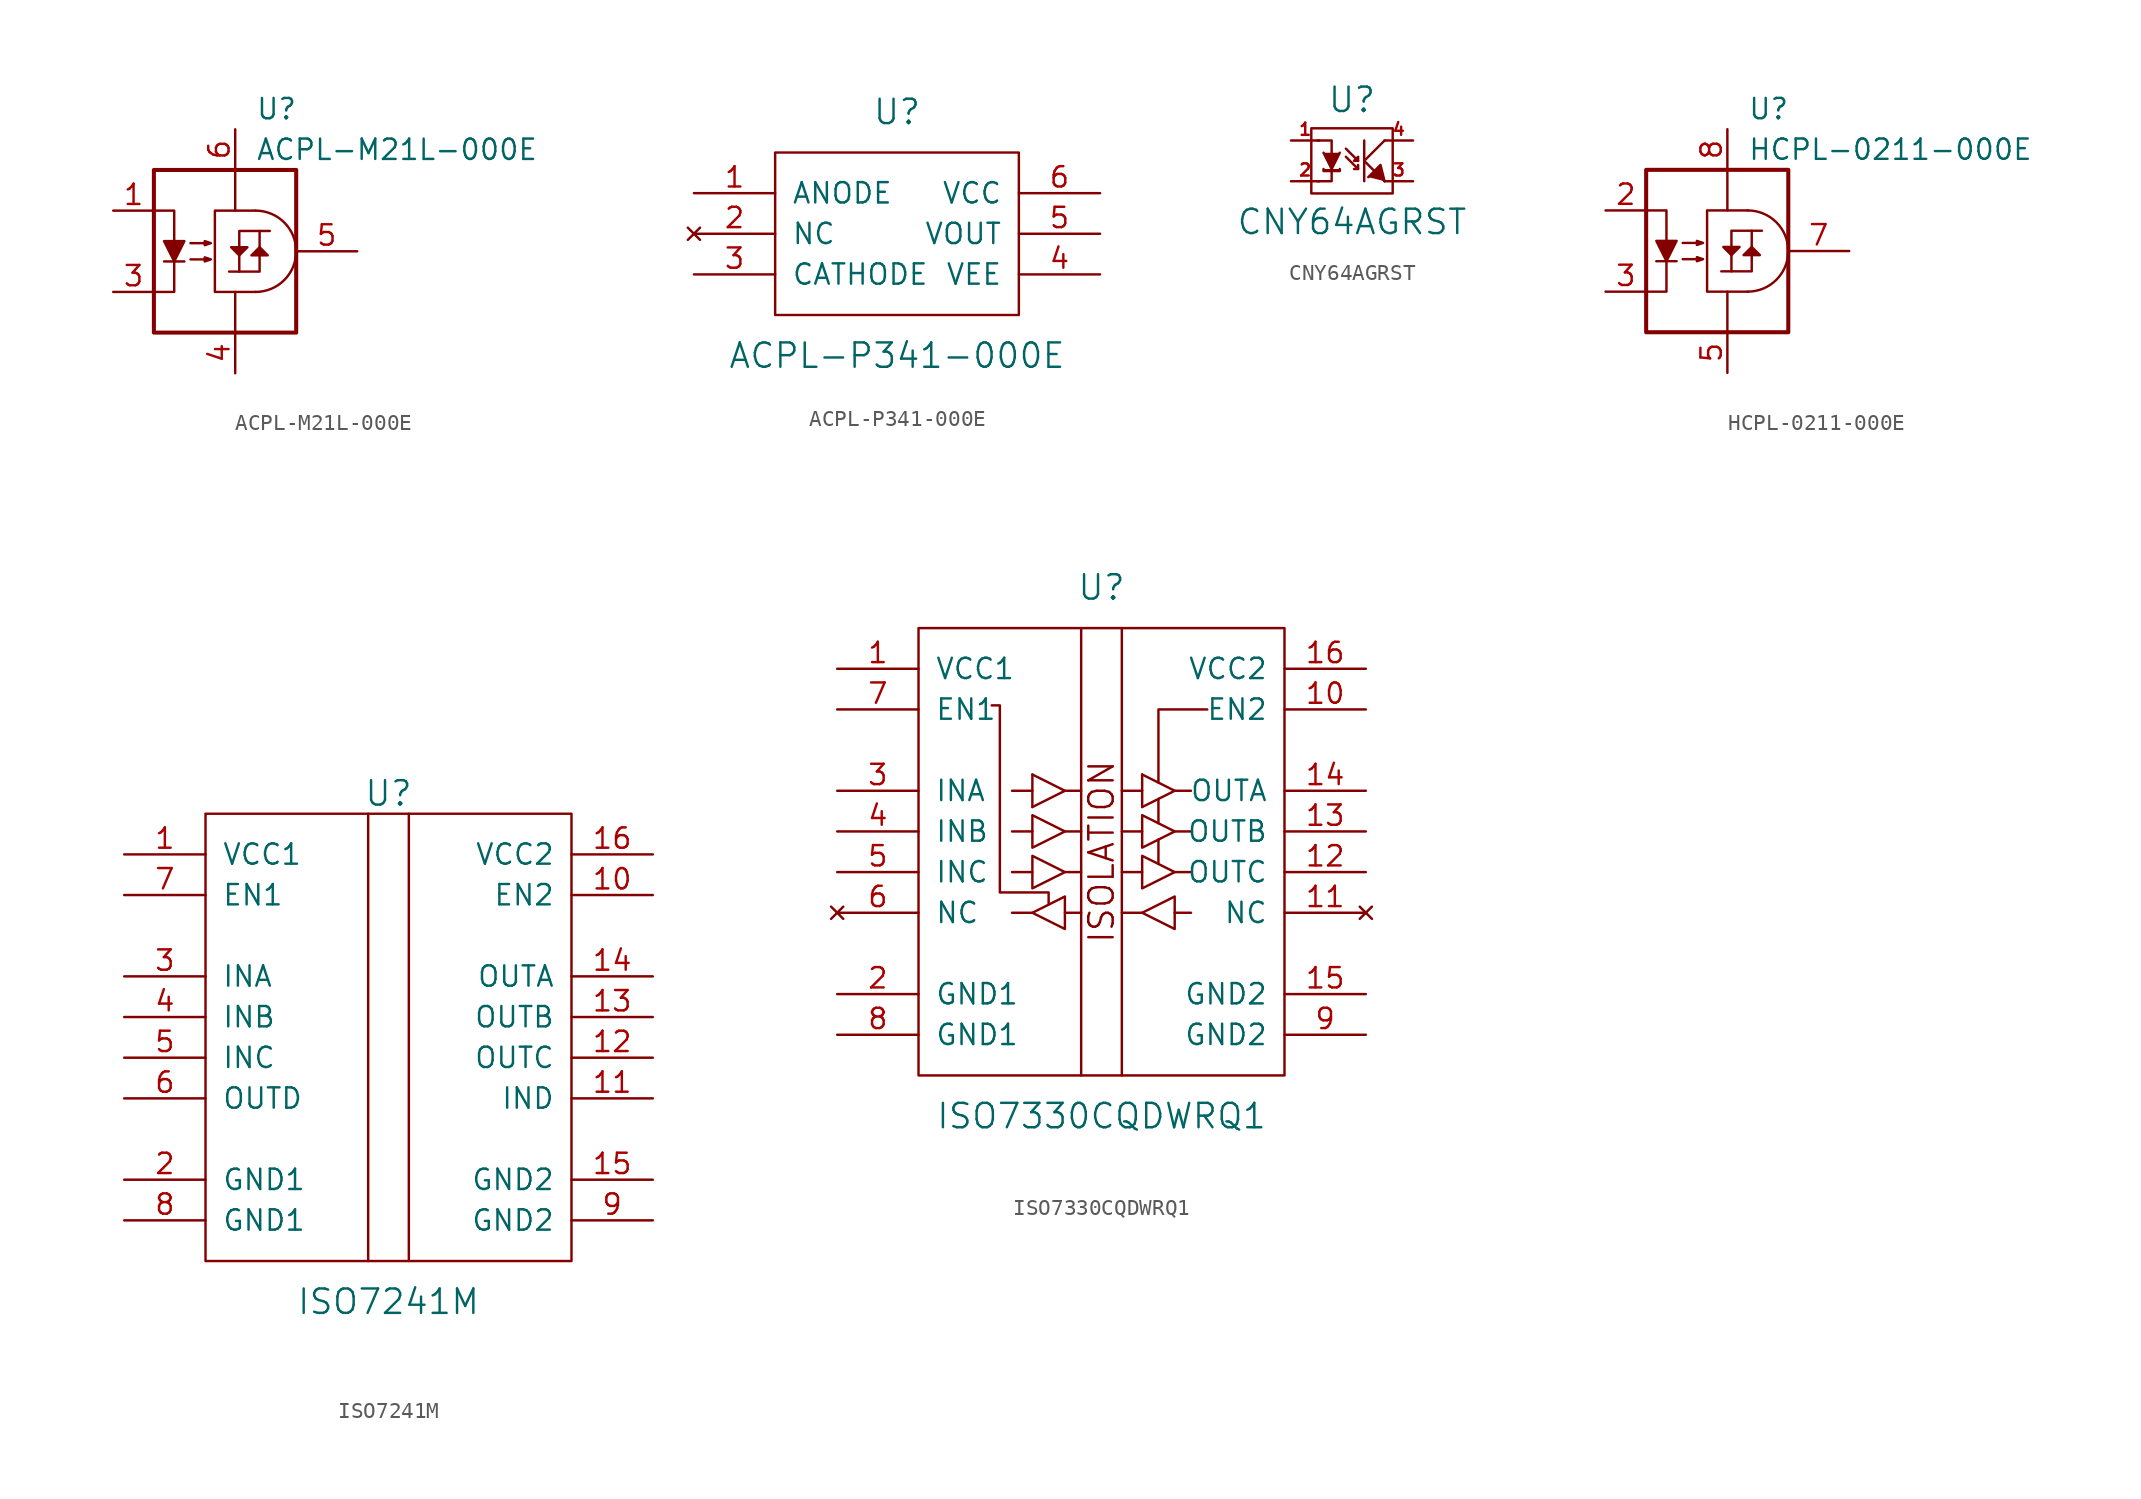
<source format=kicad_sym>
(kicad_symbol_lib
  (version 20201005)
  (generator kicad_symbol_editor)
  (symbol "ACPL-M21L-000E"
    (pin_names
      (offset 1.016))
    (property "Reference" "U"
      (at 1.27 8.89 0)
      (effects (font (size 1.27 1.27)) (justify left)))
    (property "Value" "ACPL-M21L-000E"
      (at 1.27 6.35 0)
      (effects (font (size 1.27 1.27)) (justify left)))
    (symbol "ACPL-M21L-000E_0_1"
      (arc (start 1.27 -2.54) (end 1.27 2.54) (radius (at 1.27 0) (length 2.54) (angles -89.9 89.9)) (stroke (width 0)) (fill (type none)))
      (rectangle (start -5.08 5.08) (end 3.81 -5.08) (stroke (width 0.254)) (fill (type none)))
      (polyline (pts (xy -4.445 -0.635) (xy -3.175 -0.635)) (stroke (width 0)) (fill (type none)))
      (polyline (pts (xy 0 2.54) (xy 0 5.08)) (stroke (width 0)) (fill (type none)))
      (polyline (pts (xy 0 -2.54) (xy 0 -5.08) (xy 0 -3.81)) (stroke (width 0)) (fill (type none)))
      (polyline (pts (xy 1.524 1.27) (xy 0.254 1.27) (xy 0.254 -1.27)) (stroke (width 0)) (fill (type none)))
      (polyline (pts (xy -5.08 -2.54) (xy -3.81 -2.54) (xy -3.81 2.54) (xy -5.08 2.54)) (stroke (width 0)) (fill (type none)))
      (polyline (pts (xy -3.81 -0.635) (xy -4.445 0.635) (xy -3.175 0.635) (xy -3.81 -0.635)) (stroke (width 0)) (fill (type outline)))
      (polyline (pts (xy -0.381 -1.27) (xy 1.524 -1.27) (xy 1.524 1.27) (xy 2.159 1.27)) (stroke (width 0)) (fill (type none)))
      (polyline (pts (xy 0.254 -0.254) (xy -0.254 0.254) (xy 0.762 0.254) (xy 0.254 -0.254)) (stroke (width 0)) (fill (type outline)))
      (polyline (pts (xy 1.016 -0.254) (xy 2.032 -0.254) (xy 1.524 0.254) (xy 1.016 -0.254)) (stroke (width 0)) (fill (type outline)))
      (polyline (pts (xy 1.27 -2.54) (xy -1.27 -2.54) (xy -1.27 2.54) (xy 1.27 2.54)) (stroke (width 0)) (fill (type none)))
      (polyline (pts (xy -2.794 -0.508) (xy -1.524 -0.508) (xy -1.905 -0.635) (xy -1.905 -0.381) (xy -1.524 -0.508)) (stroke (width 0)) (fill (type none)))
      (polyline (pts (xy -2.794 0.508) (xy -1.524 0.508) (xy -1.905 0.381) (xy -1.905 0.635) (xy -1.524 0.508)) (stroke (width 0)) (fill (type none))))
    (symbol "ACPL-M21L-000E_1_1"
      (pin passive line (at -7.62 2.54 0) (length 2.54) (name "~" (effects (font (size 1.27 1.27)))) (number "1" (effects (font (size 1.27 1.27)))))
      (pin unconnected line (at -7.62 0 0) (length 2.54) hide (name "~" (effects (font (size 1.27 1.27)))) (number "2" (effects (font (size 1.27 1.27)))))
      (pin passive line (at -7.62 -2.54 0) (length 2.54) (name "~" (effects (font (size 1.27 1.27)))) (number "3" (effects (font (size 1.27 1.27)))))
      (pin power_in line (at 0 -7.62 90) (length 2.54) (name "~" (effects (font (size 1.27 1.27)))) (number "4" (effects (font (size 1.27 1.27)))))
      (pin output line (at 7.62 0 180) (length 3.81) (name "~" (effects (font (size 1.27 1.27)))) (number "5" (effects (font (size 1.27 1.27)))))
      (pin power_in line (at 0 7.62 270) (length 2.54) (name "~" (effects (font (size 1.27 1.27)))) (number "6" (effects (font (size 1.27 1.27)))))))
  (symbol "ACPL-P341-000E"
    (pin_names
      (offset 1.016))
    (property "Reference" "U"
      (at 0 7.62 0)
      (effects (font (size 1.524 1.524))))
    (property "Value" "ACPL-P341-000E"
      (at 0 -7.62 0)
      (effects (font (size 1.524 1.524))))
    (symbol "ACPL-P341-000E_0_1"
      (rectangle (start -7.62 5.08) (end 7.62 -5.08) (stroke (width 0)) (fill (type none))))
    (symbol "ACPL-P341-000E_1_0"
      (pin input line (at -12.7 2.54 0) (length 5.08) (name "ANODE" (effects (font (size 1.27 1.27)))) (number "1" (effects (font (size 1.27 1.27)))))
      (pin unconnected line (at -12.7 0 0) (length 5.08) (name "NC" (effects (font (size 1.27 1.27)))) (number "2" (effects (font (size 1.27 1.27)))))
      (pin input line (at -12.7 -2.54 0) (length 5.08) (name "CATHODE" (effects (font (size 1.27 1.27)))) (number "3" (effects (font (size 1.27 1.27)))))
      (pin power_in line (at 12.7 -2.54 180) (length 5.08) (name "VEE" (effects (font (size 1.27 1.27)))) (number "4" (effects (font (size 1.27 1.27)))))
      (pin output line (at 12.7 0 180) (length 5.08) (name "VOUT" (effects (font (size 1.27 1.27)))) (number "5" (effects (font (size 1.27 1.27)))))
      (pin power_in line (at 12.7 2.54 180) (length 5.08) (name "VCC" (effects (font (size 1.27 1.27)))) (number "6" (effects (font (size 1.27 1.27)))))))
  (symbol "CNY64AGRST"
    (pin_names
      (offset 0) hide)
    (property "Reference" "U"
      (at 0 3.81 0)
      (effects (font (size 1.524 1.524))))
    (property "Value" "CNY64AGRST"
      (at 0 -3.81 0)
      (effects (font (size 1.524 1.524))))
    (symbol "CNY64AGRST_0_1"
      (rectangle (start 2.54 2.032) (end -2.54 -2.032) (stroke (width 0)) (fill (type none)))
      (polyline (pts (xy 0.381 0) (xy -0.381 0.762) (xy -0.381 0.762)) (stroke (width 0)) (fill (type none)))
      (polyline (pts (xy 0.762 0) (xy 2.032 -1.27) (xy 2.032 -1.27)) (stroke (width 0)) (fill (type outline)))
      (polyline (pts (xy 0.762 0) (xy 2.032 1.27) (xy 2.032 1.27)) (stroke (width 0)) (fill (type outline)))
      (polyline (pts (xy 0.762 1.27) (xy 0.762 -1.27) (xy 0.762 -1.27)) (stroke (width 0)) (fill (type outline)))
      (polyline (pts (xy -0.762 0.508) (xy -1.27 -0.508) (xy -1.778 0.508) (xy -1.778 0.508)) (stroke (width 0)) (fill (type outline)))
      (polyline (pts (xy 0.381 -0.508) (xy -0.381 0.254) (xy -0.381 0.254) (xy -0.381 0.254)) (stroke (width 0)) (fill (type none)))
      (polyline (pts (xy 0.381 -0.254) (xy 0.381 -0.508) (xy 0.127 -0.508) (xy 0.127 -0.508)) (stroke (width 0)) (fill (type outline)))
      (polyline (pts (xy 2.032 -1.27) (xy 1.778 -0.254) (xy 1.016 -1.016) (xy 1.016 -1.016)) (stroke (width 0)) (fill (type outline)))
      (polyline (pts (xy -2.159 1.27) (xy -1.27 1.27) (xy -1.27 -1.27) (xy -2.159 -1.27) (xy -2.159 -1.27)) (stroke (width 0)) (fill (type none)))
      (polyline (pts (xy -1.778 -0.508) (xy -1.778 -0.635) (xy -0.762 -0.635) (xy -0.762 -0.508) (xy -0.762 -0.508)) (stroke (width 0)) (fill (type outline)))
      (polyline (pts (xy 0.127 0) (xy 0.381 0) (xy 0.381 0.254) (xy 0.127 0) (xy 0.127 0)) (stroke (width 0)) (fill (type outline))))
    (symbol "CNY64AGRST_1_1"
      (pin passive line (at -3.81 1.27 0) (length 1.778) (name "IN_1" (effects (font (size 0.762 0.762)))) (number "1" (effects (font (size 0.762 0.762)))))
      (pin passive line (at -3.81 -1.27 0) (length 1.778) (name "IN_2" (effects (font (size 0.762 0.762)))) (number "2" (effects (font (size 0.762 0.762)))))
      (pin passive line (at 3.81 -1.27 180) (length 1.778) (name "E" (effects (font (size 0.762 0.762)))) (number "3" (effects (font (size 0.762 0.762)))))
      (pin passive line (at 3.81 1.27 180) (length 1.778) (name "C" (effects (font (size 0.762 0.762)))) (number "4" (effects (font (size 0.762 0.762)))))))
  (symbol "HCPL-0211-000E"
    (pin_names
      (offset 1.016))
    (property "Reference" "U"
      (at 1.27 8.89 0)
      (effects (font (size 1.27 1.27)) (justify left)))
    (property "Value" "HCPL-0211-000E"
      (at 1.27 6.35 0)
      (effects (font (size 1.27 1.27)) (justify left)))
    (symbol "HCPL-0211-000E_0_1"
      (arc (start 1.27 -2.54) (end 1.27 2.54) (radius (at 1.27 0) (length 2.54) (angles -89.9 89.9)) (stroke (width 0)) (fill (type none)))
      (rectangle (start -5.08 5.08) (end 3.81 -5.08) (stroke (width 0.254)) (fill (type none)))
      (polyline (pts (xy -4.445 -0.635) (xy -3.175 -0.635)) (stroke (width 0)) (fill (type none)))
      (polyline (pts (xy 0 2.54) (xy 0 5.08)) (stroke (width 0)) (fill (type none)))
      (polyline (pts (xy 0 -2.54) (xy 0 -5.08) (xy 0 -3.81)) (stroke (width 0)) (fill (type none)))
      (polyline (pts (xy 1.524 1.27) (xy 0.254 1.27) (xy 0.254 -1.27)) (stroke (width 0)) (fill (type none)))
      (polyline (pts (xy -5.08 -2.54) (xy -3.81 -2.54) (xy -3.81 2.54) (xy -5.08 2.54)) (stroke (width 0)) (fill (type none)))
      (polyline (pts (xy -3.81 -0.635) (xy -4.445 0.635) (xy -3.175 0.635) (xy -3.81 -0.635)) (stroke (width 0)) (fill (type outline)))
      (polyline (pts (xy -0.381 -1.27) (xy 1.524 -1.27) (xy 1.524 1.27) (xy 2.159 1.27)) (stroke (width 0)) (fill (type none)))
      (polyline (pts (xy 0.254 -0.254) (xy -0.254 0.254) (xy 0.762 0.254) (xy 0.254 -0.254)) (stroke (width 0)) (fill (type outline)))
      (polyline (pts (xy 1.016 -0.254) (xy 2.032 -0.254) (xy 1.524 0.254) (xy 1.016 -0.254)) (stroke (width 0)) (fill (type outline)))
      (polyline (pts (xy 1.27 -2.54) (xy -1.27 -2.54) (xy -1.27 2.54) (xy 1.27 2.54)) (stroke (width 0)) (fill (type none)))
      (polyline (pts (xy -2.794 -0.508) (xy -1.524 -0.508) (xy -1.905 -0.635) (xy -1.905 -0.381) (xy -1.524 -0.508)) (stroke (width 0)) (fill (type none)))
      (polyline (pts (xy -2.794 0.508) (xy -1.524 0.508) (xy -1.905 0.381) (xy -1.905 0.635) (xy -1.524 0.508)) (stroke (width 0)) (fill (type none))))
    (symbol "HCPL-0211-000E_1_1"
      (pin unconnected line (at -7.62 3.81 0) (length 2.54) hide (name "~" (effects (font (size 1.27 1.27)))) (number "1" (effects (font (size 1.27 1.27)))))
      (pin passive line (at -7.62 2.54 0) (length 2.54) (name "~" (effects (font (size 1.27 1.27)))) (number "2" (effects (font (size 1.27 1.27)))))
      (pin passive line (at -7.62 -2.54 0) (length 2.54) (name "~" (effects (font (size 1.27 1.27)))) (number "3" (effects (font (size 1.27 1.27)))))
      (pin unconnected line (at -7.62 -4.445 0) (length 2.54) hide (name "~" (effects (font (size 1.27 1.27)))) (number "4" (effects (font (size 1.27 1.27)))))
      (pin power_in line (at 0 -7.62 90) (length 2.54) (name "~" (effects (font (size 1.27 1.27)))) (number "5" (effects (font (size 1.27 1.27)))))
      (pin unconnected line (at 7.62 -2.54 180) (length 3.81) hide (name "~" (effects (font (size 1.27 1.27)))) (number "6" (effects (font (size 1.27 1.27)))))
      (pin output line (at 7.62 0 180) (length 3.81) (name "~" (effects (font (size 1.27 1.27)))) (number "7" (effects (font (size 1.27 1.27)))))
      (pin power_in line (at 0 7.62 270) (length 2.54) (name "~" (effects (font (size 1.27 1.27)))) (number "8" (effects (font (size 1.27 1.27)))))))
  (symbol "ISO7241M"
    (pin_names
      (offset 1.016))
    (property "Reference" "U"
      (at 0 15.24 0)
      (effects (font (size 1.524 1.524))))
    (property "Value" "ISO7241M"
      (at 0 -16.51 0)
      (effects (font (size 1.524 1.524))))
    (property "Footprint" ""
      (at -3.81 27.94 0)
      (effects (font (size 1.524 1.524))))
    (symbol "ISO7241M_0_1"
      (rectangle (start -11.43 13.97) (end 11.43 -13.97) (stroke (width 0)) (fill (type none)))
      (polyline (pts (xy -1.27 13.97) (xy -1.27 -13.97)) (stroke (width 0)) (fill (type none)))
      (polyline (pts (xy 1.27 13.97) (xy 1.27 -13.97)) (stroke (width 0)) (fill (type none))))
    (symbol "ISO7241M_1_1"
      (pin power_in line (at -16.51 11.43 0) (length 5.08) (name "VCC1" (effects (font (size 1.27 1.27)))) (number "1" (effects (font (size 1.27 1.27)))))
      (pin input line (at 16.51 8.89 180) (length 5.08) (name "EN2" (effects (font (size 1.27 1.27)))) (number "10" (effects (font (size 1.27 1.27)))))
      (pin input line (at 16.51 -3.81 180) (length 5.08) (name "IND" (effects (font (size 1.27 1.27)))) (number "11" (effects (font (size 1.27 1.27)))))
      (pin output line (at 16.51 -1.27 180) (length 5.08) (name "OUTC" (effects (font (size 1.27 1.27)))) (number "12" (effects (font (size 1.27 1.27)))))
      (pin output line (at 16.51 1.27 180) (length 5.08) (name "OUTB" (effects (font (size 1.27 1.27)))) (number "13" (effects (font (size 1.27 1.27)))))
      (pin output line (at 16.51 3.81 180) (length 5.08) (name "OUTA" (effects (font (size 1.27 1.27)))) (number "14" (effects (font (size 1.27 1.27)))))
      (pin power_in line (at 16.51 -8.89 180) (length 5.08) (name "GND2" (effects (font (size 1.27 1.27)))) (number "15" (effects (font (size 1.27 1.27)))))
      (pin power_in line (at 16.51 11.43 180) (length 5.08) (name "VCC2" (effects (font (size 1.27 1.27)))) (number "16" (effects (font (size 1.27 1.27)))))
      (pin power_in line (at -16.51 -8.89 0) (length 5.08) (name "GND1" (effects (font (size 1.27 1.27)))) (number "2" (effects (font (size 1.27 1.27)))))
      (pin input line (at -16.51 3.81 0) (length 5.08) (name "INA" (effects (font (size 1.27 1.27)))) (number "3" (effects (font (size 1.27 1.27)))))
      (pin input line (at -16.51 1.27 0) (length 5.08) (name "INB" (effects (font (size 1.27 1.27)))) (number "4" (effects (font (size 1.27 1.27)))))
      (pin input line (at -16.51 -1.27 0) (length 5.08) (name "INC" (effects (font (size 1.27 1.27)))) (number "5" (effects (font (size 1.27 1.27)))))
      (pin output line (at -16.51 -3.81 0) (length 5.08) (name "OUTD" (effects (font (size 1.27 1.27)))) (number "6" (effects (font (size 1.27 1.27)))))
      (pin input line (at -16.51 8.89 0) (length 5.08) (name "EN1" (effects (font (size 1.27 1.27)))) (number "7" (effects (font (size 1.27 1.27)))))
      (pin power_in line (at -16.51 -11.43 0) (length 5.08) (name "GND1" (effects (font (size 1.27 1.27)))) (number "8" (effects (font (size 1.27 1.27)))))
      (pin power_in line (at 16.51 -11.43 180) (length 5.08) (name "GND2" (effects (font (size 1.27 1.27)))) (number "9" (effects (font (size 1.27 1.27)))))))
  (symbol "ISO7330CQDWRQ1"
    (pin_names
      (offset 1.016))
    (property "Reference" "U"
      (at 0 16.51 0)
      (effects (font (size 1.524 1.524))))
    (property "Value" "ISO7330CQDWRQ1"
      (at 0 -16.51 0)
      (effects (font (size 1.524 1.524))))
    (symbol "ISO7330CQDWRQ1_0_0"
      (text "ISOLATION" (at 0 0 900) (effects (font (size 1.524 1.524)))))
    (symbol "ISO7330CQDWRQ1_0_1"
      (rectangle (start -11.43 13.97) (end 11.43 -13.97) (stroke (width 0)) (fill (type none)))
      (polyline (pts (xy -5.588 -3.81) (xy -4.318 -3.81)) (stroke (width 0)) (fill (type none)))
      (polyline (pts (xy -5.588 -1.27) (xy -4.318 -1.27)) (stroke (width 0)) (fill (type none)))
      (polyline (pts (xy -4.318 1.27) (xy -5.588 1.27)) (stroke (width 0)) (fill (type none)))
      (polyline (pts (xy -4.318 3.81) (xy -5.588 3.81)) (stroke (width 0)) (fill (type none)))
      (polyline (pts (xy -4.318 4.826) (xy -4.318 2.794)) (stroke (width 0)) (fill (type none)))
      (polyline (pts (xy -2.286 -3.81) (xy -1.27 -3.81)) (stroke (width 0)) (fill (type none)))
      (polyline (pts (xy -2.286 -1.27) (xy -1.27 -1.27)) (stroke (width 0)) (fill (type none)))
      (polyline (pts (xy -2.286 1.27) (xy -1.27 1.27)) (stroke (width 0)) (fill (type none)))
      (polyline (pts (xy -2.286 3.81) (xy -1.27 3.81)) (stroke (width 0)) (fill (type none)))
      (polyline (pts (xy -1.27 13.97) (xy -1.27 -13.97)) (stroke (width 0)) (fill (type none)))
      (polyline (pts (xy 1.27 -3.81) (xy 2.54 -3.81)) (stroke (width 0)) (fill (type none)))
      (polyline (pts (xy 1.27 -1.27) (xy 2.54 -1.27)) (stroke (width 0)) (fill (type none)))
      (polyline (pts (xy 1.27 13.97) (xy 1.27 -13.97)) (stroke (width 0)) (fill (type none)))
      (polyline (pts (xy 2.54 1.27) (xy 1.27 1.27)) (stroke (width 0)) (fill (type none)))
      (polyline (pts (xy 2.54 3.81) (xy 1.27 3.81)) (stroke (width 0)) (fill (type none)))
      (polyline (pts (xy 2.54 4.826) (xy 2.54 2.794)) (stroke (width 0)) (fill (type none)))
      (polyline (pts (xy 3.556 -0.762) (xy 3.556 0.762)) (stroke (width 0)) (fill (type none)))
      (polyline (pts (xy 3.556 1.778) (xy 3.556 3.302)) (stroke (width 0)) (fill (type none)))
      (polyline (pts (xy 4.572 -3.81) (xy 5.588 -3.81)) (stroke (width 0)) (fill (type none)))
      (polyline (pts (xy 4.572 -1.27) (xy 5.588 -1.27)) (stroke (width 0)) (fill (type none)))
      (polyline (pts (xy 4.572 1.27) (xy 5.588 1.27)) (stroke (width 0)) (fill (type none)))
      (polyline (pts (xy 4.572 3.81) (xy 5.588 3.81)) (stroke (width 0)) (fill (type none)))
      (polyline (pts (xy -4.318 4.826) (xy -2.286 3.81) (xy -4.318 2.794)) (stroke (width 0)) (fill (type none)))
      (polyline (pts (xy 2.54 4.826) (xy 4.572 3.81) (xy 2.54 2.794)) (stroke (width 0)) (fill (type none)))
      (polyline (pts (xy 3.556 4.318) (xy 3.556 8.89) (xy 6.604 8.89)) (stroke (width 0)) (fill (type none)))
      (polyline (pts (xy -4.318 -0.254) (xy -2.286 -1.27) (xy -4.318 -2.286) (xy -4.318 -0.254)) (stroke (width 0)) (fill (type none)))
      (polyline (pts (xy -4.318 2.286) (xy -2.286 1.27) (xy -4.318 0.254) (xy -4.318 2.286)) (stroke (width 0)) (fill (type none)))
      (polyline (pts (xy 2.54 -0.254) (xy 4.572 -1.27) (xy 2.54 -2.286) (xy 2.54 -0.254)) (stroke (width 0)) (fill (type none)))
      (polyline (pts (xy 2.54 2.286) (xy 4.572 1.27) (xy 2.54 0.254) (xy 2.54 2.286)) (stroke (width 0)) (fill (type none)))
      (polyline (pts (xy 4.572 -2.794) (xy 4.572 -4.826) (xy 2.54 -3.81) (xy 4.572 -2.794)) (stroke (width 0)) (fill (type none)))
      (polyline (pts (xy -6.858 9.144) (xy -6.35 9.144) (xy -6.35 -2.54) (xy -3.302 -2.54) (xy -3.302 -3.302)) (stroke (width 0)) (fill (type none)))
      (polyline (pts (xy -2.286 -2.794) (xy -2.286 -4.826) (xy -4.318 -3.81) (xy -2.286 -2.794) (xy -2.286 -4.826)) (stroke (width 0)) (fill (type none))))
    (symbol "ISO7330CQDWRQ1_1_1"
      (pin power_in line (at -16.51 11.43 0) (length 5.08) (name "VCC1" (effects (font (size 1.27 1.27)))) (number "1" (effects (font (size 1.27 1.27)))))
      (pin input line (at 16.51 8.89 180) (length 5.08) (name "EN2" (effects (font (size 1.27 1.27)))) (number "10" (effects (font (size 1.27 1.27)))))
      (pin unconnected line (at 16.51 -3.81 180) (length 5.08) (name "NC" (effects (font (size 1.27 1.27)))) (number "11" (effects (font (size 1.27 1.27)))))
      (pin output line (at 16.51 -1.27 180) (length 5.08) (name "OUTC" (effects (font (size 1.27 1.27)))) (number "12" (effects (font (size 1.27 1.27)))))
      (pin output line (at 16.51 1.27 180) (length 5.08) (name "OUTB" (effects (font (size 1.27 1.27)))) (number "13" (effects (font (size 1.27 1.27)))))
      (pin output line (at 16.51 3.81 180) (length 5.08) (name "OUTA" (effects (font (size 1.27 1.27)))) (number "14" (effects (font (size 1.27 1.27)))))
      (pin power_in line (at 16.51 -8.89 180) (length 5.08) (name "GND2" (effects (font (size 1.27 1.27)))) (number "15" (effects (font (size 1.27 1.27)))))
      (pin power_in line (at 16.51 11.43 180) (length 5.08) (name "VCC2" (effects (font (size 1.27 1.27)))) (number "16" (effects (font (size 1.27 1.27)))))
      (pin power_in line (at -16.51 -8.89 0) (length 5.08) (name "GND1" (effects (font (size 1.27 1.27)))) (number "2" (effects (font (size 1.27 1.27)))))
      (pin input line (at -16.51 3.81 0) (length 5.08) (name "INA" (effects (font (size 1.27 1.27)))) (number "3" (effects (font (size 1.27 1.27)))))
      (pin input line (at -16.51 1.27 0) (length 5.08) (name "INB" (effects (font (size 1.27 1.27)))) (number "4" (effects (font (size 1.27 1.27)))))
      (pin input line (at -16.51 -1.27 0) (length 5.08) (name "INC" (effects (font (size 1.27 1.27)))) (number "5" (effects (font (size 1.27 1.27)))))
      (pin unconnected line (at -16.51 -3.81 0) (length 5.08) (name "NC" (effects (font (size 1.27 1.27)))) (number "6" (effects (font (size 1.27 1.27)))))
      (pin input line (at -16.51 8.89 0) (length 5.08) (name "EN1" (effects (font (size 1.27 1.27)))) (number "7" (effects (font (size 1.27 1.27)))))
      (pin power_in line (at -16.51 -11.43 0) (length 5.08) (name "GND1" (effects (font (size 1.27 1.27)))) (number "8" (effects (font (size 1.27 1.27)))))
      (pin power_in line (at 16.51 -11.43 180) (length 5.08) (name "GND2" (effects (font (size 1.27 1.27)))) (number "9" (effects (font (size 1.27 1.27))))))))
</source>
